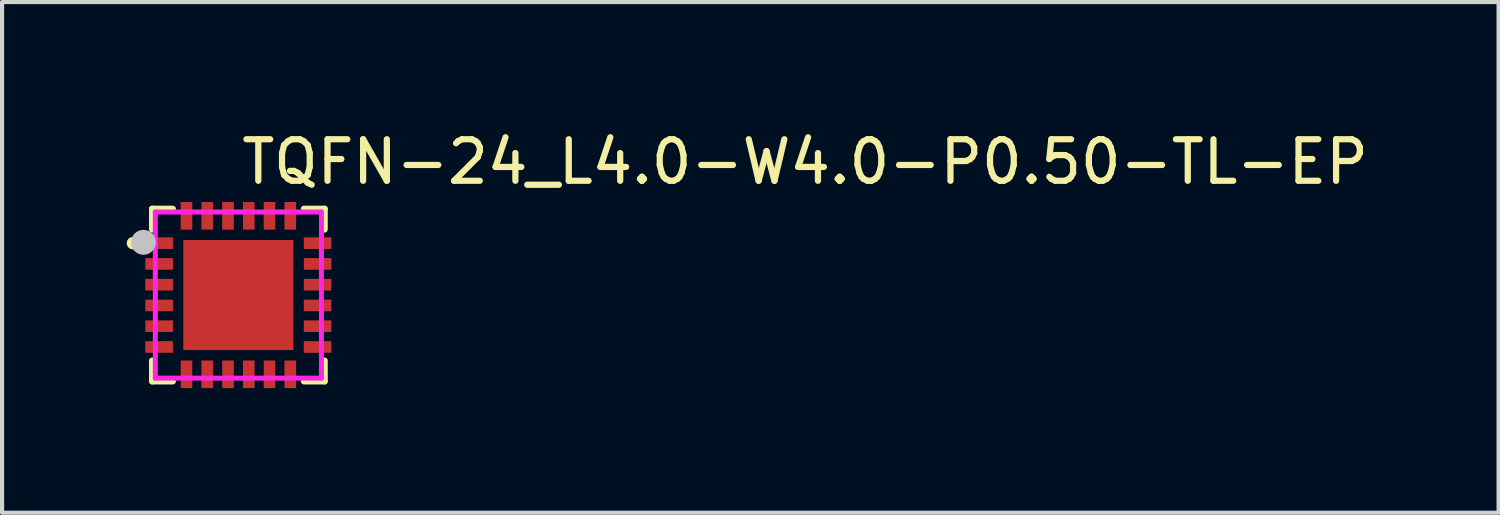
<source format=kicad_pcb>
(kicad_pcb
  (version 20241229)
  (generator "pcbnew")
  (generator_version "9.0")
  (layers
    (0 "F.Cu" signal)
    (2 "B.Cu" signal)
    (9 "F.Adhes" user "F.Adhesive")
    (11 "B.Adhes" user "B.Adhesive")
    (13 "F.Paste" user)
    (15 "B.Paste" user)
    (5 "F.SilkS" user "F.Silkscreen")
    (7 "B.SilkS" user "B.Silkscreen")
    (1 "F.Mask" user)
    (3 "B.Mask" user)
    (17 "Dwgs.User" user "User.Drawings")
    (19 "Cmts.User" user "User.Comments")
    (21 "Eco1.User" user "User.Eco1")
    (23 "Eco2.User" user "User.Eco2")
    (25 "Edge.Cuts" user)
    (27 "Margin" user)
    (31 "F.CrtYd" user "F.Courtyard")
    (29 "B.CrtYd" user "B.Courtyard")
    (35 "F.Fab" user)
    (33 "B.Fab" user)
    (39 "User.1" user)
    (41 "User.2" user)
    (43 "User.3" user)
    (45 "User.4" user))
  (footprint "TQFN-24_L4.0-W4.0-P0.50-TL-EP"
    (layer "F.Cu")
    (at 2.69 4.055)
    (property "Reference" "TQFN-24_L4.0-W4.0-P0.50-TL-EP" (at 0 -3.207 0) (layer "F.SilkS") (effects (font (size 1 1) (thickness 0.15)) (justify left)))
    (attr through_hole)
    (fp_line (start -2.076 -2.076) (end -2.076 -1.58) (stroke (width 0.152) (type solid)) (layer "F.SilkS"))
    (fp_line (start -2.076 2.076) (end -2.076 1.58) (stroke (width 0.152) (type solid)) (layer "F.SilkS"))
    (fp_line (start -1.58 -2.076) (end -2.076 -2.076) (stroke (width 0.152) (type solid)) (layer "F.SilkS"))
    (fp_line (start -1.58 2.076) (end -2.076 2.076) (stroke (width 0.152) (type solid)) (layer "F.SilkS"))
    (fp_line (start 1.58 -2.076) (end 2.076 -2.076) (stroke (width 0.152) (type solid)) (layer "F.SilkS"))
    (fp_line (start 1.58 2.076) (end 2.076 2.076) (stroke (width 0.152) (type solid)) (layer "F.SilkS"))
    (fp_line (start 2.076 -2.076) (end 2.076 -1.58) (stroke (width 0.152) (type solid)) (layer "F.SilkS"))
    (fp_line (start 2.076 2.076) (end 2.076 1.58) (stroke (width 0.152) (type solid)) (layer "F.SilkS"))
    (fp_circle (center -2.54 -1.25) (end -2.465 -1.25) (stroke (width 0.15) (type solid)) (fill no) (layer "F.SilkS"))
    (fp_circle (center -2.286 -1.27) (end -2.136 -1.27) (stroke (width 0.3) (type solid)) (fill no) (layer "Dwgs.User"))
    (fp_circle (center -2 -2) (end -1.97 -2) (stroke (width 0.06) (type solid)) (fill no) (layer "Eco2.User"))
    (fp_poly (pts (xy -2 -1.375) (xy -1.6 -1.375) (xy -1.6 -1.125) (xy -2 -1.125)) (stroke (width 0.12) (type solid)) (fill no) (layer "Eco2.User"))
    (fp_poly (pts (xy -2 -0.875) (xy -1.6 -0.875) (xy -1.6 -0.625) (xy -2 -0.625)) (stroke (width 0.12) (type solid)) (fill no) (layer "Eco2.User"))
    (fp_poly (pts (xy -2 -0.375) (xy -1.6 -0.375) (xy -1.6 -0.125) (xy -2 -0.125)) (stroke (width 0.12) (type solid)) (fill no) (layer "Eco2.User"))
    (fp_poly (pts (xy -2 0.125) (xy -1.6 0.125) (xy -1.6 0.375) (xy -2 0.375)) (stroke (width 0.12) (type solid)) (fill no) (layer "Eco2.User"))
    (fp_poly (pts (xy -2 0.625) (xy -1.6 0.625) (xy -1.6 0.875) (xy -2 0.875)) (stroke (width 0.12) (type solid)) (fill no) (layer "Eco2.User"))
    (fp_poly (pts (xy -2 1.125) (xy -1.6 1.125) (xy -1.6 1.375) (xy -2 1.375)) (stroke (width 0.12) (type solid)) (fill no) (layer "Eco2.User"))
    (fp_poly (pts (xy -1.375 -1.6) (xy -1.125 -1.6) (xy -1.125 -2) (xy -1.375 -2)) (stroke (width 0.12) (type solid)) (fill no) (layer "Eco2.User"))
    (fp_poly (pts (xy -1.375 1.6) (xy -1.125 1.6) (xy -1.125 2) (xy -1.375 2)) (stroke (width 0.12) (type solid)) (fill no) (layer "Eco2.User"))
    (fp_poly (pts (xy -0.875 -1.6) (xy -0.625 -1.6) (xy -0.625 -2) (xy -0.875 -2)) (stroke (width 0.12) (type solid)) (fill no) (layer "Eco2.User"))
    (fp_poly (pts (xy -0.875 1.6) (xy -0.625 1.6) (xy -0.625 2) (xy -0.875 2)) (stroke (width 0.12) (type solid)) (fill no) (layer "Eco2.User"))
    (fp_poly (pts (xy -0.375 -1.6) (xy -0.125 -1.6) (xy -0.125 -2) (xy -0.375 -2)) (stroke (width 0.12) (type solid)) (fill no) (layer "Eco2.User"))
    (fp_poly (pts (xy -0.375 1.6) (xy -0.125 1.6) (xy -0.125 2) (xy -0.375 2)) (stroke (width 0.12) (type solid)) (fill no) (layer "Eco2.User"))
    (fp_poly (pts (xy 0.125 -1.6) (xy 0.375 -1.6) (xy 0.375 -2) (xy 0.125 -2)) (stroke (width 0.12) (type solid)) (fill no) (layer "Eco2.User"))
    (fp_poly (pts (xy 0.125 1.6) (xy 0.375 1.6) (xy 0.375 2) (xy 0.125 2)) (stroke (width 0.12) (type solid)) (fill no) (layer "Eco2.User"))
    (fp_poly (pts (xy 0.625 -1.6) (xy 0.875 -1.6) (xy 0.875 -2) (xy 0.625 -2)) (stroke (width 0.12) (type solid)) (fill no) (layer "Eco2.User"))
    (fp_poly (pts (xy 0.625 1.6) (xy 0.875 1.6) (xy 0.875 2) (xy 0.625 2)) (stroke (width 0.12) (type solid)) (fill no) (layer "Eco2.User"))
    (fp_poly (pts (xy 1.125 -1.6) (xy 1.375 -1.6) (xy 1.375 -2) (xy 1.125 -2)) (stroke (width 0.12) (type solid)) (fill no) (layer "Eco2.User"))
    (fp_poly (pts (xy 1.125 1.6) (xy 1.375 1.6) (xy 1.375 2) (xy 1.125 2)) (stroke (width 0.12) (type solid)) (fill no) (layer "Eco2.User"))
    (fp_poly (pts (xy 2 -1.375) (xy 1.6 -1.375) (xy 1.6 -1.125) (xy 2 -1.125)) (stroke (width 0.12) (type solid)) (fill no) (layer "Eco2.User"))
    (fp_poly (pts (xy 2 -0.875) (xy 1.6 -0.875) (xy 1.6 -0.625) (xy 2 -0.625)) (stroke (width 0.12) (type solid)) (fill no) (layer "Eco2.User"))
    (fp_poly (pts (xy 2 -0.375) (xy 1.6 -0.375) (xy 1.6 -0.125) (xy 2 -0.125)) (stroke (width 0.12) (type solid)) (fill no) (layer "Eco2.User"))
    (fp_poly (pts (xy 2 0.125) (xy 1.6 0.125) (xy 1.6 0.375) (xy 2 0.375)) (stroke (width 0.12) (type solid)) (fill no) (layer "Eco2.User"))
    (fp_poly (pts (xy 2 0.625) (xy 1.6 0.625) (xy 1.6 0.875) (xy 2 0.875)) (stroke (width 0.12) (type solid)) (fill no) (layer "Eco2.User"))
    (fp_poly (pts (xy 2 1.125) (xy 1.6 1.125) (xy 1.6 1.375) (xy 2 1.375)) (stroke (width 0.12) (type solid)) (fill no) (layer "Eco2.User"))
    (fp_poly (pts (xy -1.06 -1.325) (xy 1.325 -1.325) (xy 1.325 1.325) (xy -1.325 1.325) (xy -1.325 -1.06)) (stroke (width 0.12) (type solid)) (fill no) (layer "Eco2.User"))
    (fp_line (start -2 -2) (end 2 -2) (stroke (width 0.12) (type solid)) (layer "F.CrtYd"))
    (fp_line (start -2 2) (end -2 -2) (stroke (width 0.12) (type solid)) (layer "F.CrtYd"))
    (fp_line (start 2 -2) (end 2 2) (stroke (width 0.12) (type solid)) (layer "F.CrtYd"))
    (fp_line (start 2 2) (end -2 2) (stroke (width 0.12) (type solid)) (layer "F.CrtYd"))
    (pad "1" smd rect (at -1.908 -1.25) (size 0.665 0.28) (layers "F.Cu" "F.Mask" "F.Paste"))
    (pad "2" smd rect (at -1.908 -0.75) (size 0.665 0.28) (layers "F.Cu" "F.Mask" "F.Paste"))
    (pad "3" smd rect (at -1.908 -0.25) (size 0.665 0.28) (layers "F.Cu" "F.Mask" "F.Paste"))
    (pad "4" smd rect (at -1.908 0.25) (size 0.665 0.28) (layers "F.Cu" "F.Mask" "F.Paste"))
    (pad "5" smd rect (at -1.908 0.75) (size 0.665 0.28) (layers "F.Cu" "F.Mask" "F.Paste"))
    (pad "6" smd rect (at -1.908 1.25) (size 0.665 0.28) (layers "F.Cu" "F.Mask" "F.Paste"))
    (pad "7" smd rect (at -1.25 1.908) (size 0.28 0.665) (layers "F.Cu" "F.Mask" "F.Paste"))
    (pad "8" smd rect (at -0.75 1.908) (size 0.28 0.665) (layers "F.Cu" "F.Mask" "F.Paste"))
    (pad "9" smd rect (at -0.25 1.908) (size 0.28 0.665) (layers "F.Cu" "F.Mask" "F.Paste"))
    (pad "10" smd rect (at 0.25 1.908) (size 0.28 0.665) (layers "F.Cu" "F.Mask" "F.Paste"))
    (pad "11" smd rect (at 0.75 1.908) (size 0.28 0.665) (layers "F.Cu" "F.Mask" "F.Paste"))
    (pad "12" smd rect (at 1.25 1.908) (size 0.28 0.665) (layers "F.Cu" "F.Mask" "F.Paste"))
    (pad "13" smd rect (at 1.908 1.25) (size 0.665 0.28) (layers "F.Cu" "F.Mask" "F.Paste"))
    (pad "14" smd rect (at 1.908 0.75) (size 0.665 0.28) (layers "F.Cu" "F.Mask" "F.Paste"))
    (pad "15" smd rect (at 1.908 0.25) (size 0.665 0.28) (layers "F.Cu" "F.Mask" "F.Paste"))
    (pad "16" smd rect (at 1.908 -0.25) (size 0.665 0.28) (layers "F.Cu" "F.Mask" "F.Paste"))
    (pad "17" smd rect (at 1.908 -0.75) (size 0.665 0.28) (layers "F.Cu" "F.Mask" "F.Paste"))
    (pad "18" smd rect (at 1.908 -1.25) (size 0.665 0.28) (layers "F.Cu" "F.Mask" "F.Paste"))
    (pad "19" smd rect (at 1.25 -1.908) (size 0.28 0.665) (layers "F.Cu" "F.Mask" "F.Paste"))
    (pad "20" smd rect (at 0.75 -1.908) (size 0.28 0.665) (layers "F.Cu" "F.Mask" "F.Paste"))
    (pad "21" smd rect (at 0.25 -1.908) (size 0.28 0.665) (layers "F.Cu" "F.Mask" "F.Paste"))
    (pad "22" smd rect (at -0.25 -1.908) (size 0.28 0.665) (layers "F.Cu" "F.Mask" "F.Paste"))
    (pad "23" smd rect (at -0.75 -1.908) (size 0.28 0.665) (layers "F.Cu" "F.Mask" "F.Paste"))
    (pad "24" smd rect (at -1.25 -1.908) (size 0.28 0.665) (layers "F.Cu" "F.Mask" "F.Paste"))
    (pad "25" smd rect (at 0 0) (size 2.65 2.65) (layers "F.Cu" "F.Mask" "F.Paste")))
  (gr_rect
    (start -3 -3)
    (end 33.035 9.296)
    (stroke (width 0.1) (type default))
    (fill no)
    (layer "Edge.Cuts")))
</source>
